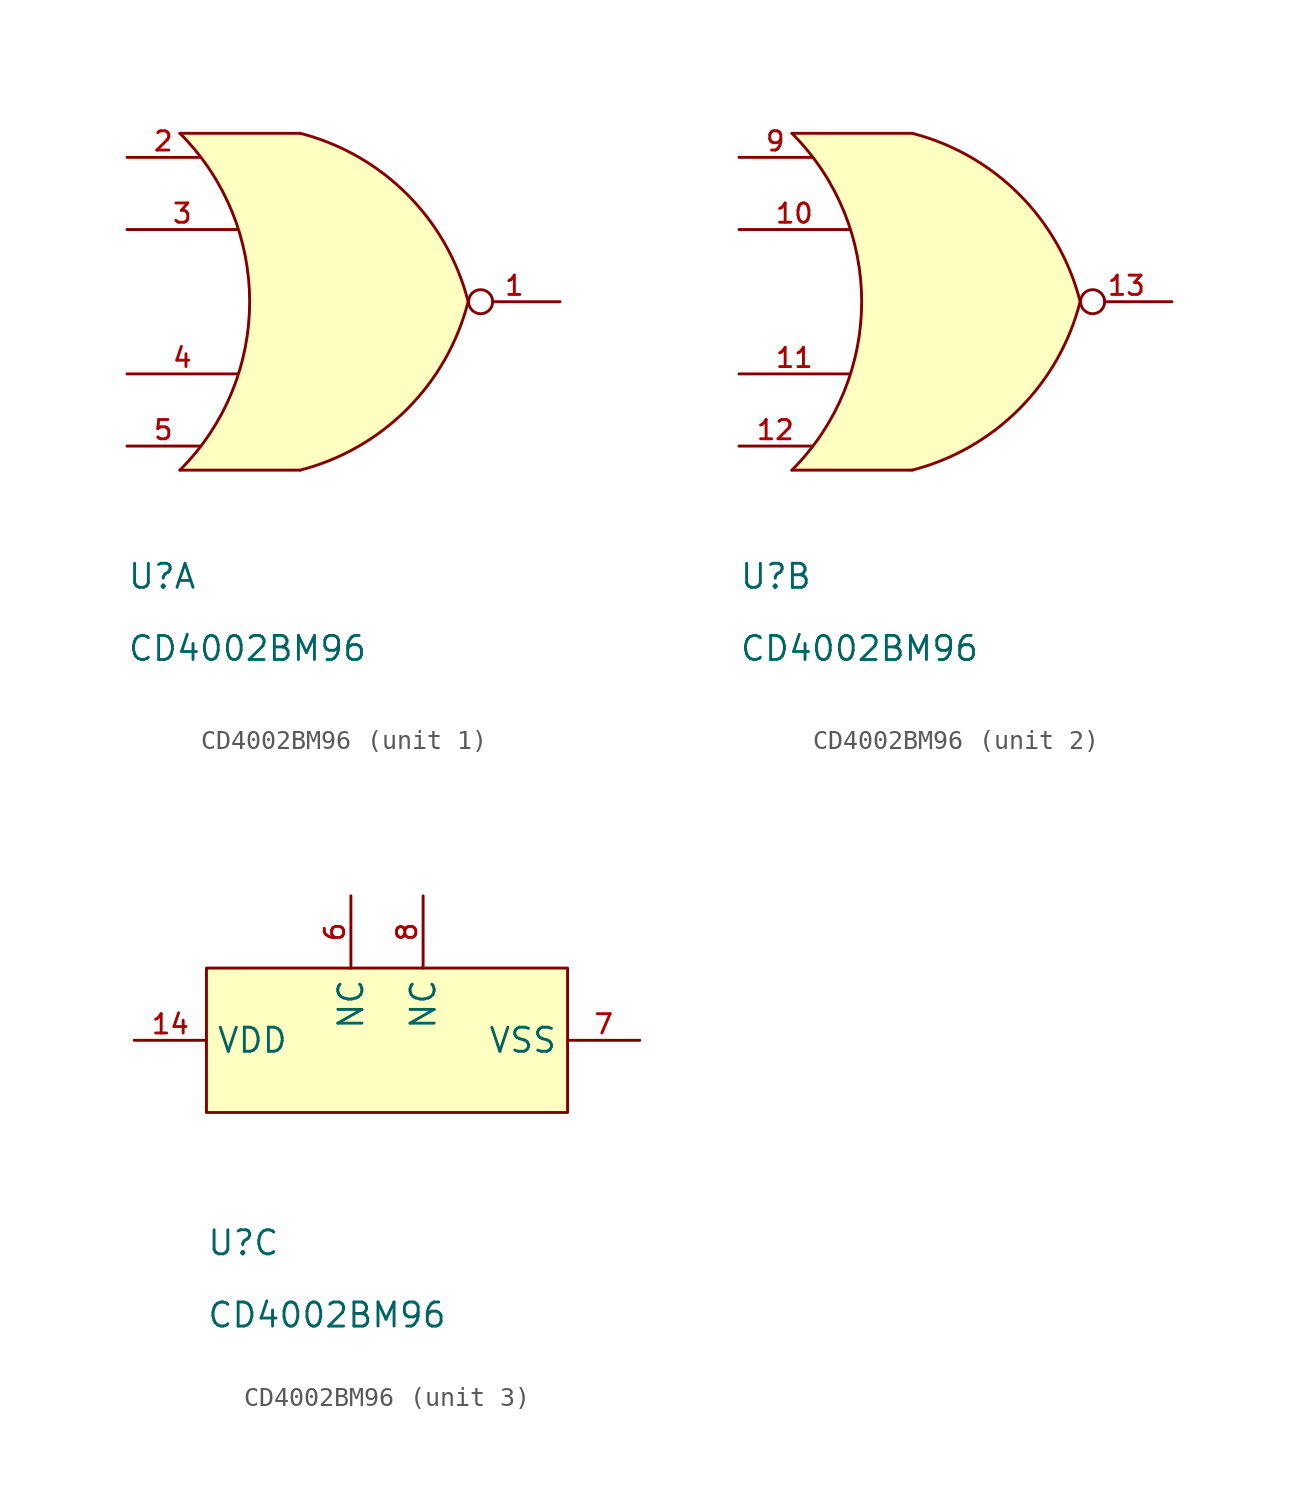
<source format=kicad_sym>
(kicad_symbol_lib
  (version 20241209)
  (generator "kicad_symbol_editor")
  (generator_version "9.0")
  (symbol "CD4002BM96"
    (property "Reference" "U"
      (at 0 -7.62 0)
      (effects (font (size 1.27 1.27)) (justify left bottom)))
    (property "Value" "CD4002BM96"
      (at 0 -11.43 0)
      (effects (font (size 1.27 1.27)) (justify left bottom)))
    (property "ki_locked" ""
      (at 0 0 0)
      (effects (font (size 1.27 1.27))))
    (symbol "CD4002BM96_1_1"
      (arc (start 2.794 16.51) (mid 6.4765 7.62) (end 2.794 -1.27) (stroke (width 0) (type default)) (fill (type none)))
      (polyline (pts (xy 2.794 16.51) (xy 9.144 16.51)) (stroke (width 0) (type default)) (fill (type none)))
      (polyline (pts (xy 2.794 -1.27) (xy 9.144 -1.27)) (stroke (width 0) (type default)) (fill (type none)))
      (arc (start 18.0086 7.62) (mid 14.7951 1.9596) (end 9.144 -1.27) (stroke (width 0) (type solid)) (fill (type background)))
      (arc (start 9.144 16.51) (mid 14.7962 13.2823) (end 18.0117 7.6231) (stroke (width 0) (type solid)) (fill (type background)))
      (polyline (pts (xy 9.119 -1.27) (xy 2.769 -1.27) (xy 3.556 -0.406) (xy 4.318 0.61) (xy 4.953 1.676) (xy 5.461 2.743) (xy 5.893 3.912) (xy 6.198 5.105) (xy 6.375 6.274) (xy 6.452 7.569) (xy 6.452 7.671) (xy 6.439 8.166) (xy 6.414 8.649) (xy 6.401 8.839) (xy 6.223 10.008) (xy 5.918 11.252) (xy 5.486 12.446) (xy 4.978 13.513) (xy 4.369 14.554) (xy 3.632 15.545) (xy 2.769 16.51) (xy 9.119 16.51)) (stroke (width 0.025) (type solid)) (fill (type background)))
      (pin passive line (at 0 15.24 0) (length 3.835) (name "" (effects (font (size 1.27 1.27)))) (number "2" (effects (font (size 1.016 1.016)))))
      (pin passive line (at 0 11.43 0) (length 5.842) (name "" (effects (font (size 1.27 1.27)))) (number "3" (effects (font (size 1.016 1.016)))))
      (pin passive line (at 0 3.81 0) (length 5.842) (name "" (effects (font (size 1.27 1.27)))) (number "4" (effects (font (size 1.016 1.016)))))
      (pin passive line (at 0 0 0) (length 3.835) (name "" (effects (font (size 1.27 1.27)))) (number "5" (effects (font (size 1.016 1.016)))))
      (pin passive inverted (at 22.86 7.62 180) (length 4.826) (name "" (effects (font (size 1.27 1.27)))) (number "1" (effects (font (size 1.016 1.016))))))
    (symbol "CD4002BM96_2_1"
      (arc (start 2.794 16.51) (mid 6.4765 7.62) (end 2.794 -1.27) (stroke (width 0) (type default)) (fill (type none)))
      (polyline (pts (xy 2.794 16.51) (xy 9.144 16.51)) (stroke (width 0) (type default)) (fill (type none)))
      (polyline (pts (xy 2.794 -1.27) (xy 9.144 -1.27)) (stroke (width 0) (type default)) (fill (type none)))
      (arc (start 18.0086 7.62) (mid 14.7951 1.9596) (end 9.144 -1.27) (stroke (width 0) (type solid)) (fill (type background)))
      (arc (start 9.144 16.51) (mid 14.7962 13.2823) (end 18.0117 7.6231) (stroke (width 0) (type solid)) (fill (type background)))
      (polyline (pts (xy 9.119 -1.27) (xy 2.769 -1.27) (xy 3.556 -0.406) (xy 4.318 0.61) (xy 4.953 1.676) (xy 5.461 2.743) (xy 5.893 3.912) (xy 6.198 5.105) (xy 6.375 6.274) (xy 6.452 7.569) (xy 6.452 7.671) (xy 6.439 8.166) (xy 6.414 8.649) (xy 6.401 8.839) (xy 6.223 10.008) (xy 5.918 11.252) (xy 5.486 12.446) (xy 4.978 13.513) (xy 4.369 14.554) (xy 3.632 15.545) (xy 2.769 16.51) (xy 9.119 16.51)) (stroke (width 0.025) (type solid)) (fill (type background)))
      (pin passive line (at 0 15.24 0) (length 3.835) (name "" (effects (font (size 1.27 1.27)))) (number "9" (effects (font (size 1.016 1.016)))))
      (pin passive line (at 0 11.43 0) (length 5.842) (name "" (effects (font (size 1.27 1.27)))) (number "10" (effects (font (size 1.016 1.016)))))
      (pin passive line (at 0 3.81 0) (length 5.842) (name "" (effects (font (size 1.27 1.27)))) (number "11" (effects (font (size 1.016 1.016)))))
      (pin passive line (at 0 0 0) (length 3.835) (name "" (effects (font (size 1.27 1.27)))) (number "12" (effects (font (size 1.016 1.016)))))
      (pin passive inverted (at 22.86 7.62 180) (length 4.826) (name "" (effects (font (size 1.27 1.27)))) (number "13" (effects (font (size 1.016 1.016))))))
    (symbol "CD4002BM96_3_1"
      (rectangle (start 0 7.62) (end 19.05 0) (stroke (width 0) (type default)) (fill (type background)))
      (pin passive line (at -3.81 3.81 0) (length 3.81) (name "VDD" (effects (font (size 1.27 1.27)))) (number "14" (effects (font (size 1.016 1.016)))))
      (pin passive line (at 7.62 11.43 270) (length 3.81) (name "NC" (effects (font (size 1.27 1.27)))) (number "6" (effects (font (size 1.016 1.016)))))
      (pin passive line (at 11.43 11.43 270) (length 3.81) (name "NC" (effects (font (size 1.27 1.27)))) (number "8" (effects (font (size 1.016 1.016)))))
      (pin passive line (at 22.86 3.81 180) (length 3.81) (name "VSS" (effects (font (size 1.27 1.27)))) (number "7" (effects (font (size 1.016 1.016))))))))
</source>
